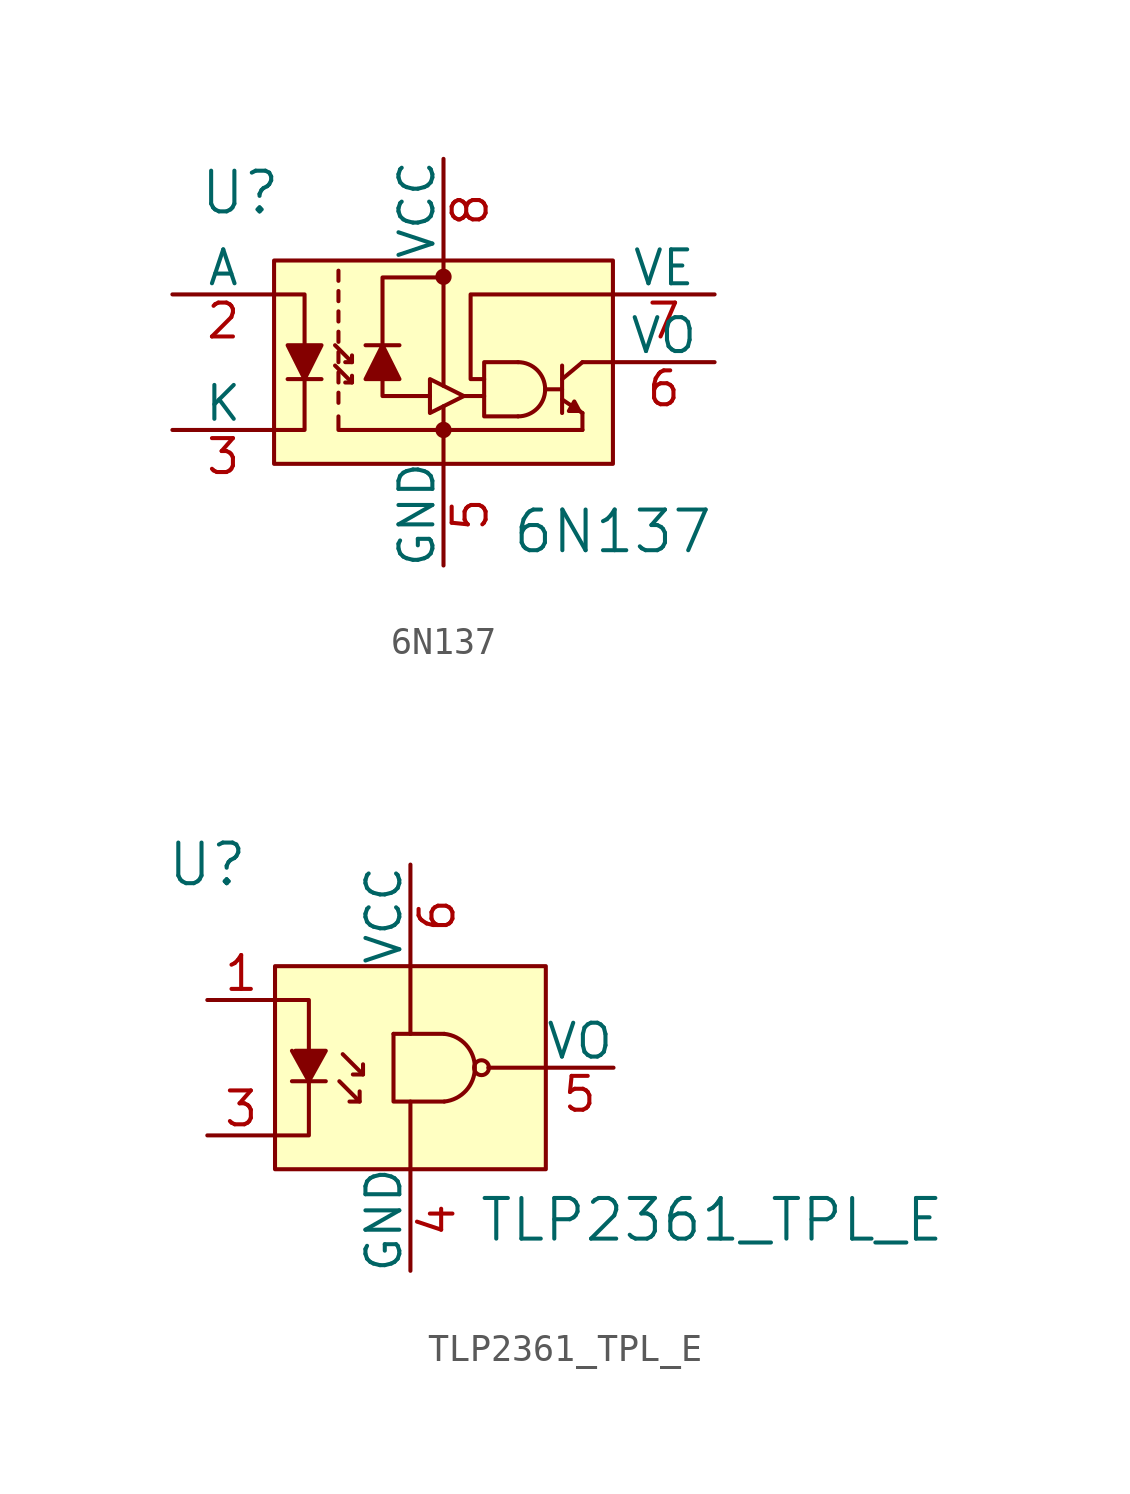
<source format=kicad_sym>
(kicad_symbol_lib
  (version 20211014)
  (generator kicad_symbol_editor)
  (symbol "6N137"
    (pin_names
      (offset 0))
    (property "Reference" "U"
      (at -7.62 6.35 0)
      (effects (font (size 1.524 1.524))))
    (property "Value" "6N137"
      (at 2.54 -6.35 0)
      (effects (font (size 1.524 1.524)) (justify left)))
    (symbol "6N137_0_1"
      (rectangle (start -6.35 3.81) (end 6.35 -3.81) (stroke (width 0) (type default) (color 0 0 0 0)) (fill (type background)))
      (polyline (pts (xy -5.842 -0.635) (xy -4.572 -0.635)) (stroke (width 0) (type default) (color 0 0 0 0)) (fill (type none)))
      (polyline (pts (xy -3.937 -1.143) (xy -3.937 -1.524)) (stroke (width 0) (type default) (color 0 0 0 0)) (fill (type none)))
      (polyline (pts (xy -3.937 -0.381) (xy -3.937 -0.762)) (stroke (width 0) (type default) (color 0 0 0 0)) (fill (type none)))
      (polyline (pts (xy -3.937 0.381) (xy -3.937 0)) (stroke (width 0) (type default) (color 0 0 0 0)) (fill (type none)))
      (polyline (pts (xy -3.937 1.143) (xy -3.937 0.762)) (stroke (width 0) (type default) (color 0 0 0 0)) (fill (type none)))
      (polyline (pts (xy -3.937 1.905) (xy -3.937 1.524)) (stroke (width 0) (type default) (color 0 0 0 0)) (fill (type none)))
      (polyline (pts (xy -3.937 2.667) (xy -3.937 2.286)) (stroke (width 0) (type default) (color 0 0 0 0)) (fill (type none)))
      (polyline (pts (xy -3.937 3.429) (xy -3.937 3.048)) (stroke (width 0) (type default) (color 0 0 0 0)) (fill (type none)))
      (polyline (pts (xy -3.429 -0.762) (xy -3.683 -0.762)) (stroke (width 0) (type default) (color 0 0 0 0)) (fill (type none)))
      (polyline (pts (xy -3.429 0) (xy -3.683 0)) (stroke (width 0) (type default) (color 0 0 0 0)) (fill (type none)))
      (polyline (pts (xy -2.921 0.635) (xy -1.651 0.635)) (stroke (width 0) (type default) (color 0 0 0 0)) (fill (type none)))
      (polyline (pts (xy 0 -3.81) (xy 0 -2.54)) (stroke (width 0) (type default) (color 0 0 0 0)) (fill (type none)))
      (polyline (pts (xy 0 -2.54) (xy 0 -1.651)) (stroke (width 0) (type default) (color 0 0 0 0)) (fill (type none)))
      (polyline (pts (xy 0 3.81) (xy 0 -0.889)) (stroke (width 0) (type default) (color 0 0 0 0)) (fill (type none)))
      (polyline (pts (xy 1.524 -1.27) (xy 0.762 -1.27)) (stroke (width 0) (type default) (color 0 0 0 0)) (fill (type none)))
      (polyline (pts (xy 3.81 -1.016) (xy 4.445 -1.016)) (stroke (width 0) (type default) (color 0 0 0 0)) (fill (type none)))
      (polyline (pts (xy 4.445 -1.397) (xy 5.207 -1.905)) (stroke (width 0) (type default) (color 0 0 0 0)) (fill (type none)))
      (polyline (pts (xy 4.445 -0.635) (xy 5.207 0)) (stroke (width 0) (type default) (color 0 0 0 0)) (fill (type none)))
      (polyline (pts (xy 4.445 -0.127) (xy 4.445 -1.905)) (stroke (width 0) (type default) (color 0 0 0 0)) (fill (type none)))
      (polyline (pts (xy 5.207 -2.54) (xy 0 -2.54)) (stroke (width 0) (type default) (color 0 0 0 0)) (fill (type none)))
      (polyline (pts (xy 5.207 -1.905) (xy 5.207 -2.54)) (stroke (width 0) (type default) (color 0 0 0 0)) (fill (type none)))
      (polyline (pts (xy 6.35 0) (xy 5.207 0)) (stroke (width 0) (type default) (color 0 0 0 0)) (fill (type none)))
      (polyline (pts (xy -5.207 -0.635) (xy -5.207 -2.54) (xy -6.35 -2.54)) (stroke (width 0) (type default) (color 0 0 0 0)) (fill (type none)))
      (polyline (pts (xy -5.207 0.635) (xy -5.207 2.54) (xy -6.35 2.54)) (stroke (width 0) (type default) (color 0 0 0 0)) (fill (type none)))
      (polyline (pts (xy -4.064 -0.127) (xy -3.429 -0.762) (xy -3.429 -0.508)) (stroke (width 0) (type default) (color 0 0 0 0)) (fill (type none)))
      (polyline (pts (xy -4.064 0.635) (xy -3.429 0) (xy -3.429 0.254)) (stroke (width 0) (type default) (color 0 0 0 0)) (fill (type none)))
      (polyline (pts (xy -0.508 -1.27) (xy -2.286 -1.27) (xy -2.286 -0.635)) (stroke (width 0) (type default) (color 0 0 0 0)) (fill (type none)))
      (polyline (pts (xy 0 -2.54) (xy -3.937 -2.54) (xy -3.937 -2.032)) (stroke (width 0) (type default) (color 0 0 0 0)) (fill (type none)))
      (polyline (pts (xy 0 3.175) (xy -2.286 3.175) (xy -2.286 0.635)) (stroke (width 0) (type default) (color 0 0 0 0)) (fill (type none)))
      (polyline (pts (xy -5.842 0.635) (xy -4.572 0.635) (xy -5.207 -0.635) (xy -5.842 0.635)) (stroke (width 0) (type default) (color 0 0 0 0)) (fill (type outline)))
      (polyline (pts (xy -2.921 -0.635) (xy -1.651 -0.635) (xy -2.286 0.635) (xy -2.921 -0.635)) (stroke (width 0) (type default) (color 0 0 0 0)) (fill (type outline)))
      (polyline (pts (xy 0.762 -1.27) (xy -0.508 -0.635) (xy -0.508 -1.905) (xy 0.762 -1.27)) (stroke (width 0) (type default) (color 0 0 0 0)) (fill (type none)))
      (polyline (pts (xy 1.524 -0.635) (xy 1.016 -0.635) (xy 1.016 2.54) (xy 6.35 2.54)) (stroke (width 0) (type default) (color 0 0 0 0)) (fill (type none)))
      (polyline (pts (xy 2.794 0) (xy 1.524 0) (xy 1.524 -2.032) (xy 2.794 -2.032)) (stroke (width 0) (type default) (color 0 0 0 0)) (fill (type none)))
      (polyline (pts (xy 5.08 -1.803) (xy 4.902 -1.473) (xy 4.699 -1.829) (xy 5.105 -1.829)) (stroke (width 0) (type default) (color 0 0 0 0)) (fill (type outline)))
      (arc (start 2.794 -2.032) (mid 3.81 -1.016) (end 2.794 0) (stroke (width 0) (type default) (color 0 0 0 0)) (fill (type none))))
    (symbol "6N137_1_1"
      (circle (center 0 -2.54) (radius 0.229) (stroke (width 0) (type default) (color 0 0 0 0)) (fill (type outline)))
      (circle (center 0 3.2) (radius 0.229) (stroke (width 0) (type default) (color 0 0 0 0)) (fill (type outline)))
      (pin no_connect line (at -5.08 7.62 270) (length 3.81) hide (name "NC" (effects (font (size 1.27 1.27)))) (number "1" (effects (font (size 1.27 1.27)))))
      (pin passive line (at -10.16 2.54 0) (length 3.81) (name "A" (effects (font (size 1.27 1.27)))) (number "2" (effects (font (size 1.27 1.27)))))
      (pin passive line (at -10.16 -2.54 0) (length 3.81) (name "K" (effects (font (size 1.27 1.27)))) (number "3" (effects (font (size 1.27 1.27)))))
      (pin no_connect line (at -5.08 -7.62 90) (length 3.81) hide (name "NC" (effects (font (size 1.27 1.27)))) (number "4" (effects (font (size 1.27 1.27)))))
      (pin power_in line (at 0 -7.62 90) (length 3.81) (name "GND" (effects (font (size 1.27 1.27)))) (number "5" (effects (font (size 1.27 1.27)))))
      (pin output line (at 10.16 0 180) (length 3.81) (name "VO" (effects (font (size 1.27 1.27)))) (number "6" (effects (font (size 1.27 1.27)))))
      (pin input line (at 10.16 2.54 180) (length 3.81) (name "VE" (effects (font (size 1.27 1.27)))) (number "7" (effects (font (size 1.27 1.27)))))
      (pin power_in line (at 0 7.62 270) (length 3.81) (name "VCC" (effects (font (size 1.27 1.27)))) (number "8" (effects (font (size 1.27 1.27)))))))
  (symbol "TLP2361_TPL_E"
    (pin_names
      (offset 0))
    (property "Reference" "U"
      (at -7.62 7.62 0)
      (effects (font (size 1.524 1.524))))
    (property "Value" "TLP2361_TPL_E"
      (at 2.54 -5.715 0)
      (effects (font (size 1.524 1.524)) (justify left)))
    (symbol "TLP2361_TPL_E_0_1"
      (rectangle (start -5.08 3.81) (end 5.08 -3.81) (stroke (width 0) (type default) (color 0 0 0 0)) (fill (type background)))
      (polyline (pts (xy -4.445 -0.508) (xy -3.175 -0.508)) (stroke (width 0) (type default) (color 0 0 0 0)) (fill (type none)))
      (polyline (pts (xy -1.905 -1.27) (xy -1.905 -0.889)) (stroke (width 0) (type default) (color 0 0 0 0)) (fill (type none)))
      (polyline (pts (xy -1.778 -0.254) (xy -2.159 -0.254)) (stroke (width 0) (type default) (color 0 0 0 0)) (fill (type none)))
      (polyline (pts (xy -0.635 1.27) (xy 1.27 1.27)) (stroke (width 0) (type default) (color 0 0 0 0)) (fill (type none)))
      (polyline (pts (xy 0 -3.81) (xy 0 -1.27)) (stroke (width 0) (type default) (color 0 0 0 0)) (fill (type none)))
      (polyline (pts (xy 0 3.81) (xy 0 1.27)) (stroke (width 0) (type default) (color 0 0 0 0)) (fill (type none)))
      (polyline (pts (xy 2.921 0) (xy 5.08 0)) (stroke (width 0) (type default) (color 0 0 0 0)) (fill (type none)))
      (polyline (pts (xy -5.08 -2.54) (xy -3.81 -2.54) (xy -3.81 -0.254)) (stroke (width 0) (type default) (color 0 0 0 0)) (fill (type none)))
      (polyline (pts (xy -5.08 2.54) (xy -3.81 2.54) (xy -3.81 0.508)) (stroke (width 0) (type default) (color 0 0 0 0)) (fill (type none)))
      (polyline (pts (xy -2.667 -0.508) (xy -1.905 -1.27) (xy -2.286 -1.27)) (stroke (width 0) (type default) (color 0 0 0 0)) (fill (type none)))
      (polyline (pts (xy -2.54 0.508) (xy -1.778 -0.254) (xy -1.778 0.127)) (stroke (width 0) (type default) (color 0 0 0 0)) (fill (type none)))
      (polyline (pts (xy -0.635 1.27) (xy -0.635 -1.27) (xy 1.27 -1.27)) (stroke (width 0) (type default) (color 0 0 0 0)) (fill (type none)))
      (polyline (pts (xy -4.318 0.635) (xy -3.175 0.635) (xy -3.81 -0.508) (xy -4.445 0.635)) (stroke (width 0) (type default) (color 0 0 0 0)) (fill (type outline)))
      (arc (start 1.27 -1.27) (mid 2.4193 0) (end 1.27 1.27) (stroke (width 0) (type default) (color 0 0 0 0)) (fill (type none)))
      (circle (center 2.667 0) (radius 0.279) (stroke (width 0) (type default) (color 0 0 0 0)) (fill (type none))))
    (symbol "TLP2361_TPL_E_1_1"
      (pin passive line (at -7.62 2.54 0) (length 2.54) (name "~" (effects (font (size 1.27 1.27)))) (number "1" (effects (font (size 1.27 1.27)))))
      (pin passive line (at -7.62 -2.54 0) (length 2.54) (name "~" (effects (font (size 1.27 1.27)))) (number "3" (effects (font (size 1.27 1.27)))))
      (pin power_in line (at 0 -7.62 90) (length 3.81) (name "GND" (effects (font (size 1.27 1.27)))) (number "4" (effects (font (size 1.27 1.27)))))
      (pin output line (at 7.62 0 180) (length 2.54) (name "VO" (effects (font (size 1.27 1.27)))) (number "5" (effects (font (size 1.27 1.27)))))
      (pin power_in line (at 0 7.62 270) (length 3.81) (name "VCC" (effects (font (size 1.27 1.27)))) (number "6" (effects (font (size 1.27 1.27))))))))
</source>
